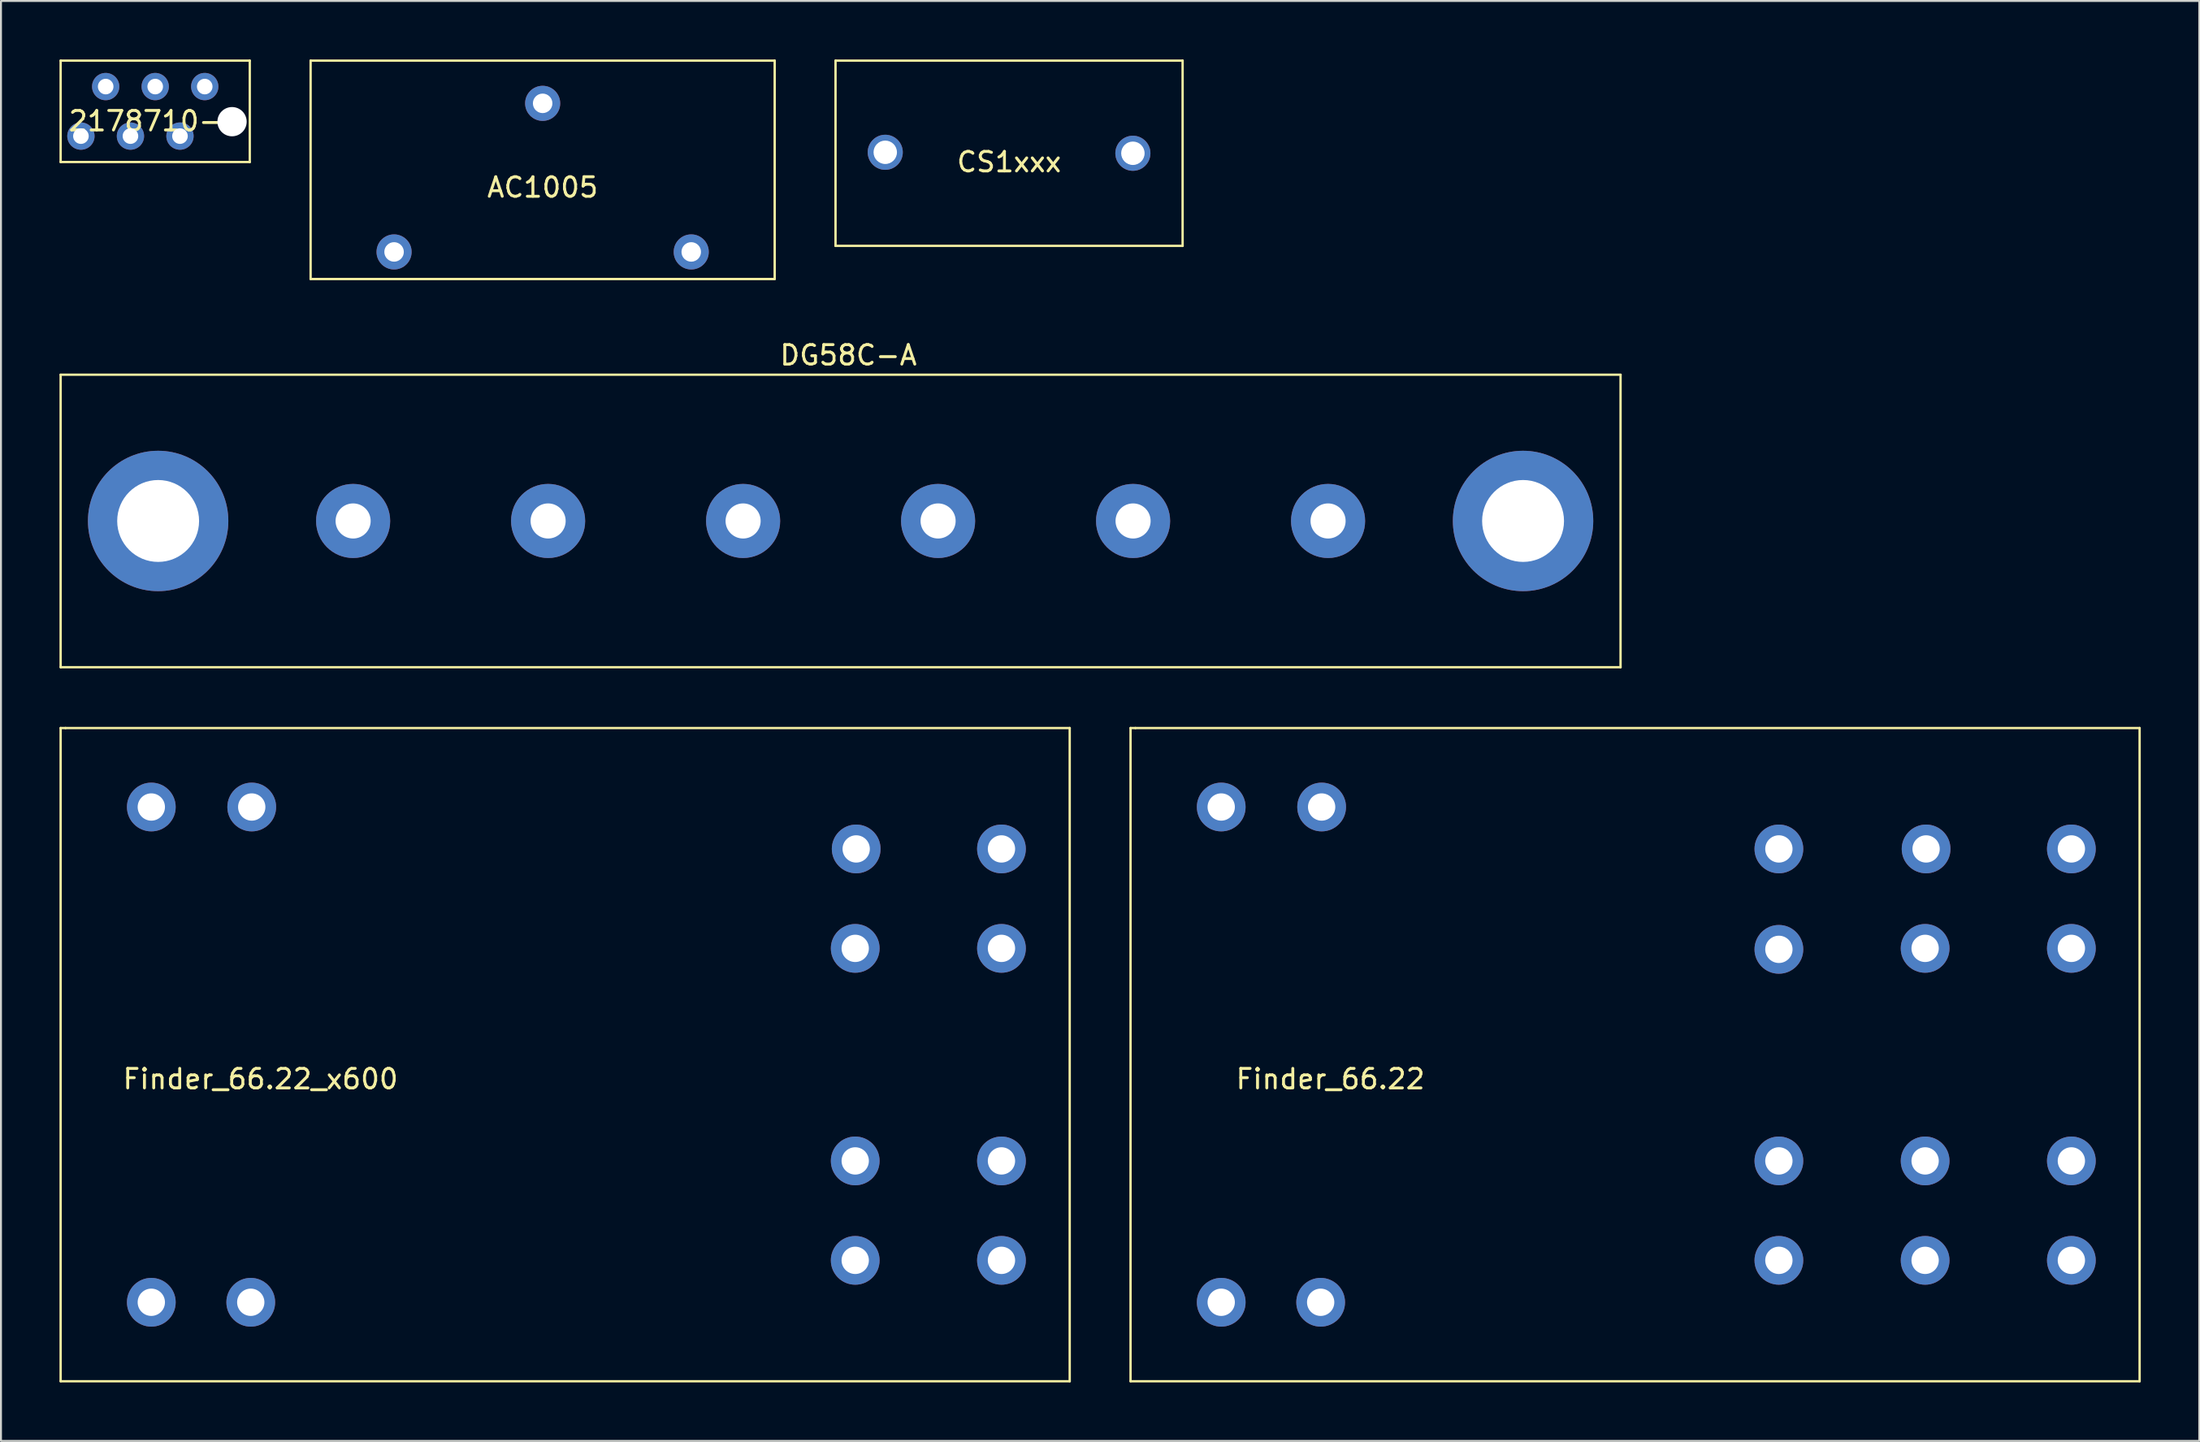
<source format=kicad_pcb>
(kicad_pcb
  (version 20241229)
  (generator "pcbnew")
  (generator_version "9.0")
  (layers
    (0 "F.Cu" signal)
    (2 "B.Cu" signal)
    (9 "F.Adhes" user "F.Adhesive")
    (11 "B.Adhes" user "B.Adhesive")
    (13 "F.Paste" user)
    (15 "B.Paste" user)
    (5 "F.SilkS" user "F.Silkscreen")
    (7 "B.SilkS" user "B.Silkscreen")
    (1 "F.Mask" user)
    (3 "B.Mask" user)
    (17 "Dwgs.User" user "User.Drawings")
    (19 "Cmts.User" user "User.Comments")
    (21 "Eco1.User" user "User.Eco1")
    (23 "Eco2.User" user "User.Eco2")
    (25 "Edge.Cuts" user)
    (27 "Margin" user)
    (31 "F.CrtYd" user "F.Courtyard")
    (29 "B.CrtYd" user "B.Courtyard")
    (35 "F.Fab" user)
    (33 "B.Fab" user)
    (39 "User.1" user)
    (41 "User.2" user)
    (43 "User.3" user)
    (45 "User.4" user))
  (footprint "Finder_66.22"
    (layer "F.Cu")
    (at 80.78 51.038)
    (property "Reference" "Finder_66.22" (at -15.6 1.25 0) (layer "F.SilkS") (effects (font (size 1 1) (thickness 0.15))))
    (attr through_hole)
    (fp_line (start -25.85 16.75) (end -25.85 -16.75) (stroke (width 0.12) (type solid)) (layer "F.SilkS"))
    (fp_line (start -25.6 -16.75) (end -25.85 -16.75) (stroke (width 0.12) (type solid)) (layer "F.SilkS"))
    (fp_line (start -25.6 -16.75) (end 25.9 -16.75) (stroke (width 0.12) (type solid)) (layer "F.SilkS"))
    (fp_line (start 25.9 -16.75) (end 25.9 16.75) (stroke (width 0.12) (type solid)) (layer "F.SilkS"))
    (fp_line (start 25.9 16.75) (end -25.85 16.75) (stroke (width 0.12) (type solid)) (layer "F.SilkS"))
    (pad "11" thru_hole circle (at 14.9 -5.45) (size 2.5 2.5) (drill 1.4) (layers "*.Cu" "*.Mask"))
    (pad "11" thru_hole circle (at 14.95 -10.55) (size 2.5 2.5) (drill 1.4) (layers "*.Cu" "*.Mask"))
    (pad "12" thru_hole circle (at 7.4 -10.55) (size 2.5 2.5) (drill 1.4) (layers "*.Cu" "*.Mask"))
    (pad "12" thru_hole circle (at 7.4 -5.4) (size 2.5 2.5) (drill 1.4) (layers "*.Cu" "*.Mask"))
    (pad "14" thru_hole circle (at 22.4 -10.55) (size 2.5 2.5) (drill 1.4) (layers "*.Cu" "*.Mask"))
    (pad "14" thru_hole circle (at 22.4 -5.45) (size 2.5 2.5) (drill 1.4) (layers "*.Cu" "*.Mask"))
    (pad "21" thru_hole circle (at 14.9 5.45) (size 2.5 2.5) (drill 1.4) (layers "*.Cu" "*.Mask"))
    (pad "21" thru_hole circle (at 14.9 10.55) (size 2.5 2.5) (drill 1.4) (layers "*.Cu" "*.Mask"))
    (pad "22" thru_hole circle (at 7.4 5.45) (size 2.5 2.5) (drill 1.4) (layers "*.Cu" "*.Mask"))
    (pad "22" thru_hole circle (at 7.4 10.55) (size 2.5 2.5) (drill 1.4) (layers "*.Cu" "*.Mask"))
    (pad "24" thru_hole circle (at 22.4 5.45) (size 2.5 2.5) (drill 1.4) (layers "*.Cu" "*.Mask"))
    (pad "24" thru_hole circle (at 22.4 10.55) (size 2.5 2.5) (drill 1.4) (layers "*.Cu" "*.Mask"))
    (pad "A1" thru_hole circle (at -21.2 -12.7) (size 2.5 2.5) (drill 1.4) (layers "*.Cu" "*.Mask"))
    (pad "A1" thru_hole circle (at -16.05 -12.7) (size 2.5 2.5) (drill 1.4) (layers "*.Cu" "*.Mask"))
    (pad "A2" thru_hole circle (at -21.2 12.7) (size 2.5 2.5) (drill 1.4) (layers "*.Cu" "*.Mask"))
    (pad "A2" thru_hole circle (at -16.1 12.7) (size 2.5 2.5) (drill 1.4) (layers "*.Cu" "*.Mask")))
  (footprint "DG58C-A"
    (layer "F.Cu")
    (at 40.06 23.668)
    (property "Reference" "DG58C-A" (at 0.4 -8.5 0) (layer "F.SilkS") (effects (font (size 1 1) (thickness 0.15))))
    (attr through_hole)
    (fp_line (start -40 -7.5) (end 40 -7.5) (stroke (width 0.12) (type solid)) (layer "F.SilkS"))
    (fp_line (start -40 7.5) (end -40 -7.5) (stroke (width 0.12) (type solid)) (layer "F.SilkS"))
    (fp_line (start 40 -7.5) (end 40 7.5) (stroke (width 0.12) (type solid)) (layer "F.SilkS"))
    (fp_line (start 40 7.5) (end -40 7.5) (stroke (width 0.12) (type solid)) (layer "F.SilkS"))
    (pad "" np_thru_hole circle (at -35 0) (size 7.2 7.2) (drill 4.2) (layers "*.Cu" "*.Mask"))
    (pad "" np_thru_hole circle (at 35 0) (size 7.2 7.2) (drill 4.2) (layers "*.Cu" "*.Mask"))
    (pad "1" thru_hole circle (at -25 0) (size 3.8 3.8) (drill 1.8) (layers "*.Cu" "*.Mask"))
    (pad "2" thru_hole circle (at -15 0) (size 3.8 3.8) (drill 1.8) (layers "*.Cu" "*.Mask"))
    (pad "3" thru_hole circle (at -5 0) (size 3.8 3.8) (drill 1.8) (layers "*.Cu" "*.Mask"))
    (pad "4" thru_hole circle (at 5 0) (size 3.8 3.8) (drill 1.8) (layers "*.Cu" "*.Mask"))
    (pad "5" thru_hole circle (at 15 0) (size 3.8 3.8) (drill 1.8) (layers "*.Cu" "*.Mask"))
    (pad "6" thru_hole circle (at 25 0) (size 3.8 3.8) (drill 1.8) (layers "*.Cu" "*.Mask")))
  (footprint "Finder_66.22_x600"
    (layer "F.Cu")
    (at 25.91 51.038)
    (property "Reference" "Finder_66.22_x600" (at -15.6 1.25 0) (layer "F.SilkS") (effects (font (size 1 1) (thickness 0.15))))
    (attr through_hole)
    (fp_line (start -25.85 16.75) (end -25.85 -16.75) (stroke (width 0.12) (type solid)) (layer "F.SilkS"))
    (fp_line (start -25.6 -16.75) (end -25.85 -16.75) (stroke (width 0.12) (type solid)) (layer "F.SilkS"))
    (fp_line (start -25.6 -16.75) (end 25.9 -16.75) (stroke (width 0.12) (type solid)) (layer "F.SilkS"))
    (fp_line (start 25.9 -16.75) (end 25.9 16.75) (stroke (width 0.12) (type solid)) (layer "F.SilkS"))
    (fp_line (start 25.9 16.75) (end -25.85 16.75) (stroke (width 0.12) (type solid)) (layer "F.SilkS"))
    (pad "11" thru_hole circle (at 14.9 -5.45) (size 2.5 2.5) (drill 1.4) (layers "*.Cu" "*.Mask"))
    (pad "11" thru_hole circle (at 14.95 -10.55) (size 2.5 2.5) (drill 1.4) (layers "*.Cu" "*.Mask"))
    (pad "14" thru_hole circle (at 22.4 -10.55) (size 2.5 2.5) (drill 1.4) (layers "*.Cu" "*.Mask"))
    (pad "14" thru_hole circle (at 22.4 -5.45) (size 2.5 2.5) (drill 1.4) (layers "*.Cu" "*.Mask"))
    (pad "21" thru_hole circle (at 14.9 5.45) (size 2.5 2.5) (drill 1.4) (layers "*.Cu" "*.Mask"))
    (pad "21" thru_hole circle (at 14.9 10.55) (size 2.5 2.5) (drill 1.4) (layers "*.Cu" "*.Mask"))
    (pad "24" thru_hole circle (at 22.4 5.45) (size 2.5 2.5) (drill 1.4) (layers "*.Cu" "*.Mask"))
    (pad "24" thru_hole circle (at 22.4 10.55) (size 2.5 2.5) (drill 1.4) (layers "*.Cu" "*.Mask"))
    (pad "A1" thru_hole circle (at -21.2 -12.7) (size 2.5 2.5) (drill 1.4) (layers "*.Cu" "*.Mask"))
    (pad "A1" thru_hole circle (at -16.05 -12.7) (size 2.5 2.5) (drill 1.4) (layers "*.Cu" "*.Mask"))
    (pad "A2" thru_hole circle (at -21.2 12.7) (size 2.5 2.5) (drill 1.4) (layers "*.Cu" "*.Mask"))
    (pad "A2" thru_hole circle (at -16.1 12.7) (size 2.5 2.5) (drill 1.4) (layers "*.Cu" "*.Mask")))
  (footprint "CS1xxx"
    (layer "F.Cu")
    (at 48.7 4.76)
    (property "Reference" "CS1xxx" (at 0 0.5 0) (layer "F.SilkS") (effects (font (size 1 1) (thickness 0.15))))
    (attr through_hole)
    (fp_line (start -8.9 -4.7) (end 8.9 -4.7) (stroke (width 0.12) (type solid)) (layer "F.SilkS"))
    (fp_line (start -8.9 4.8) (end -8.9 -4.7) (stroke (width 0.12) (type solid)) (layer "F.SilkS"))
    (fp_line (start 8.9 -4.7) (end 8.9 4.8) (stroke (width 0.12) (type solid)) (layer "F.SilkS"))
    (fp_line (start 8.9 4.8) (end -8.9 4.8) (stroke (width 0.12) (type solid)) (layer "F.SilkS"))
    (pad "1" thru_hole circle (at 6.35 0.05) (size 1.8 1.8) (drill 1.2) (layers "*.Cu" "*.Mask"))
    (pad "3" thru_hole circle (at -6.35 0) (size 1.8 1.8) (drill 1.2) (layers "*.Cu" "*.Mask")))
  (footprint "2178710-6"
    (layer "F.Cu")
    (at 4.91 2.66)
    (property "Reference" "2178710-6" (at 0 0.5 0) (layer "F.SilkS") (effects (font (size 1 1) (thickness 0.15))))
    (attr through_hole)
    (fp_line (start -4.85 -2.6) (end -4.85 2.6) (stroke (width 0.12) (type solid)) (layer "F.SilkS"))
    (fp_line (start -4.85 2.6) (end 4.85 2.6) (stroke (width 0.12) (type solid)) (layer "F.SilkS"))
    (fp_line (start 4.85 -2.6) (end -4.85 -2.6) (stroke (width 0.12) (type solid)) (layer "F.SilkS"))
    (fp_line (start 4.85 2.6) (end 4.85 -2.6) (stroke (width 0.12) (type solid)) (layer "F.SilkS"))
    (pad "" np_thru_hole circle (at 3.94 0.53) (size 1.5 1.5) (drill 1.5) (layers "*.Cu" "*.Mask"))
    (pad "1" thru_hole circle (at -3.81 1.27) (size 1.4 1.4) (drill 0.8) (layers "*.Cu" "*.Mask"))
    (pad "2" thru_hole circle (at -2.54 -1.27) (size 1.4 1.4) (drill 0.8) (layers "*.Cu" "*.Mask"))
    (pad "3" thru_hole circle (at -1.27 1.27) (size 1.4 1.4) (drill 0.8) (layers "*.Cu" "*.Mask"))
    (pad "4" thru_hole circle (at 0 -1.27) (size 1.4 1.4) (drill 0.8) (layers "*.Cu" "*.Mask"))
    (pad "5" thru_hole circle (at 1.27 1.27) (size 1.4 1.4) (drill 0.8) (layers "*.Cu" "*.Mask"))
    (pad "6" thru_hole circle (at 2.54 -1.27) (size 1.4 1.4) (drill 0.8) (layers "*.Cu" "*.Mask")))
  (footprint "AC1005"
    (layer "F.Cu")
    (at 24.78 6.06)
    (property "Reference" "AC1005" (at 0 0.5 0) (layer "F.SilkS") (effects (font (size 1 1) (thickness 0.15))))
    (attr through_hole)
    (fp_line (start -11.9 -6) (end 11.9 -6) (stroke (width 0.12) (type solid)) (layer "F.SilkS"))
    (fp_line (start -11.9 5.2) (end -11.9 -6) (stroke (width 0.12) (type solid)) (layer "F.SilkS"))
    (fp_line (start 11.9 -6) (end 11.9 5.2) (stroke (width 0.12) (type solid)) (layer "F.SilkS"))
    (fp_line (start 11.9 5.2) (end -11.9 5.2) (stroke (width 0.12) (type solid)) (layer "F.SilkS"))
    (pad "1" thru_hole circle (at 7.62 3.81) (size 1.8 1.8) (drill 1) (layers "*.Cu" "*.Mask"))
    (pad "2" thru_hole circle (at -7.62 3.81) (size 1.8 1.8) (drill 1) (layers "*.Cu" "*.Mask"))
    (pad "3" thru_hole circle (at 0 -3.81) (size 1.8 1.8) (drill 1) (layers "*.Cu" "*.Mask")))
  (gr_rect
    (start -3 -3)
    (end 109.74 70.848)
    (stroke (width 0.1) (type default))
    (fill no)
    (layer "Edge.Cuts")))
</source>
